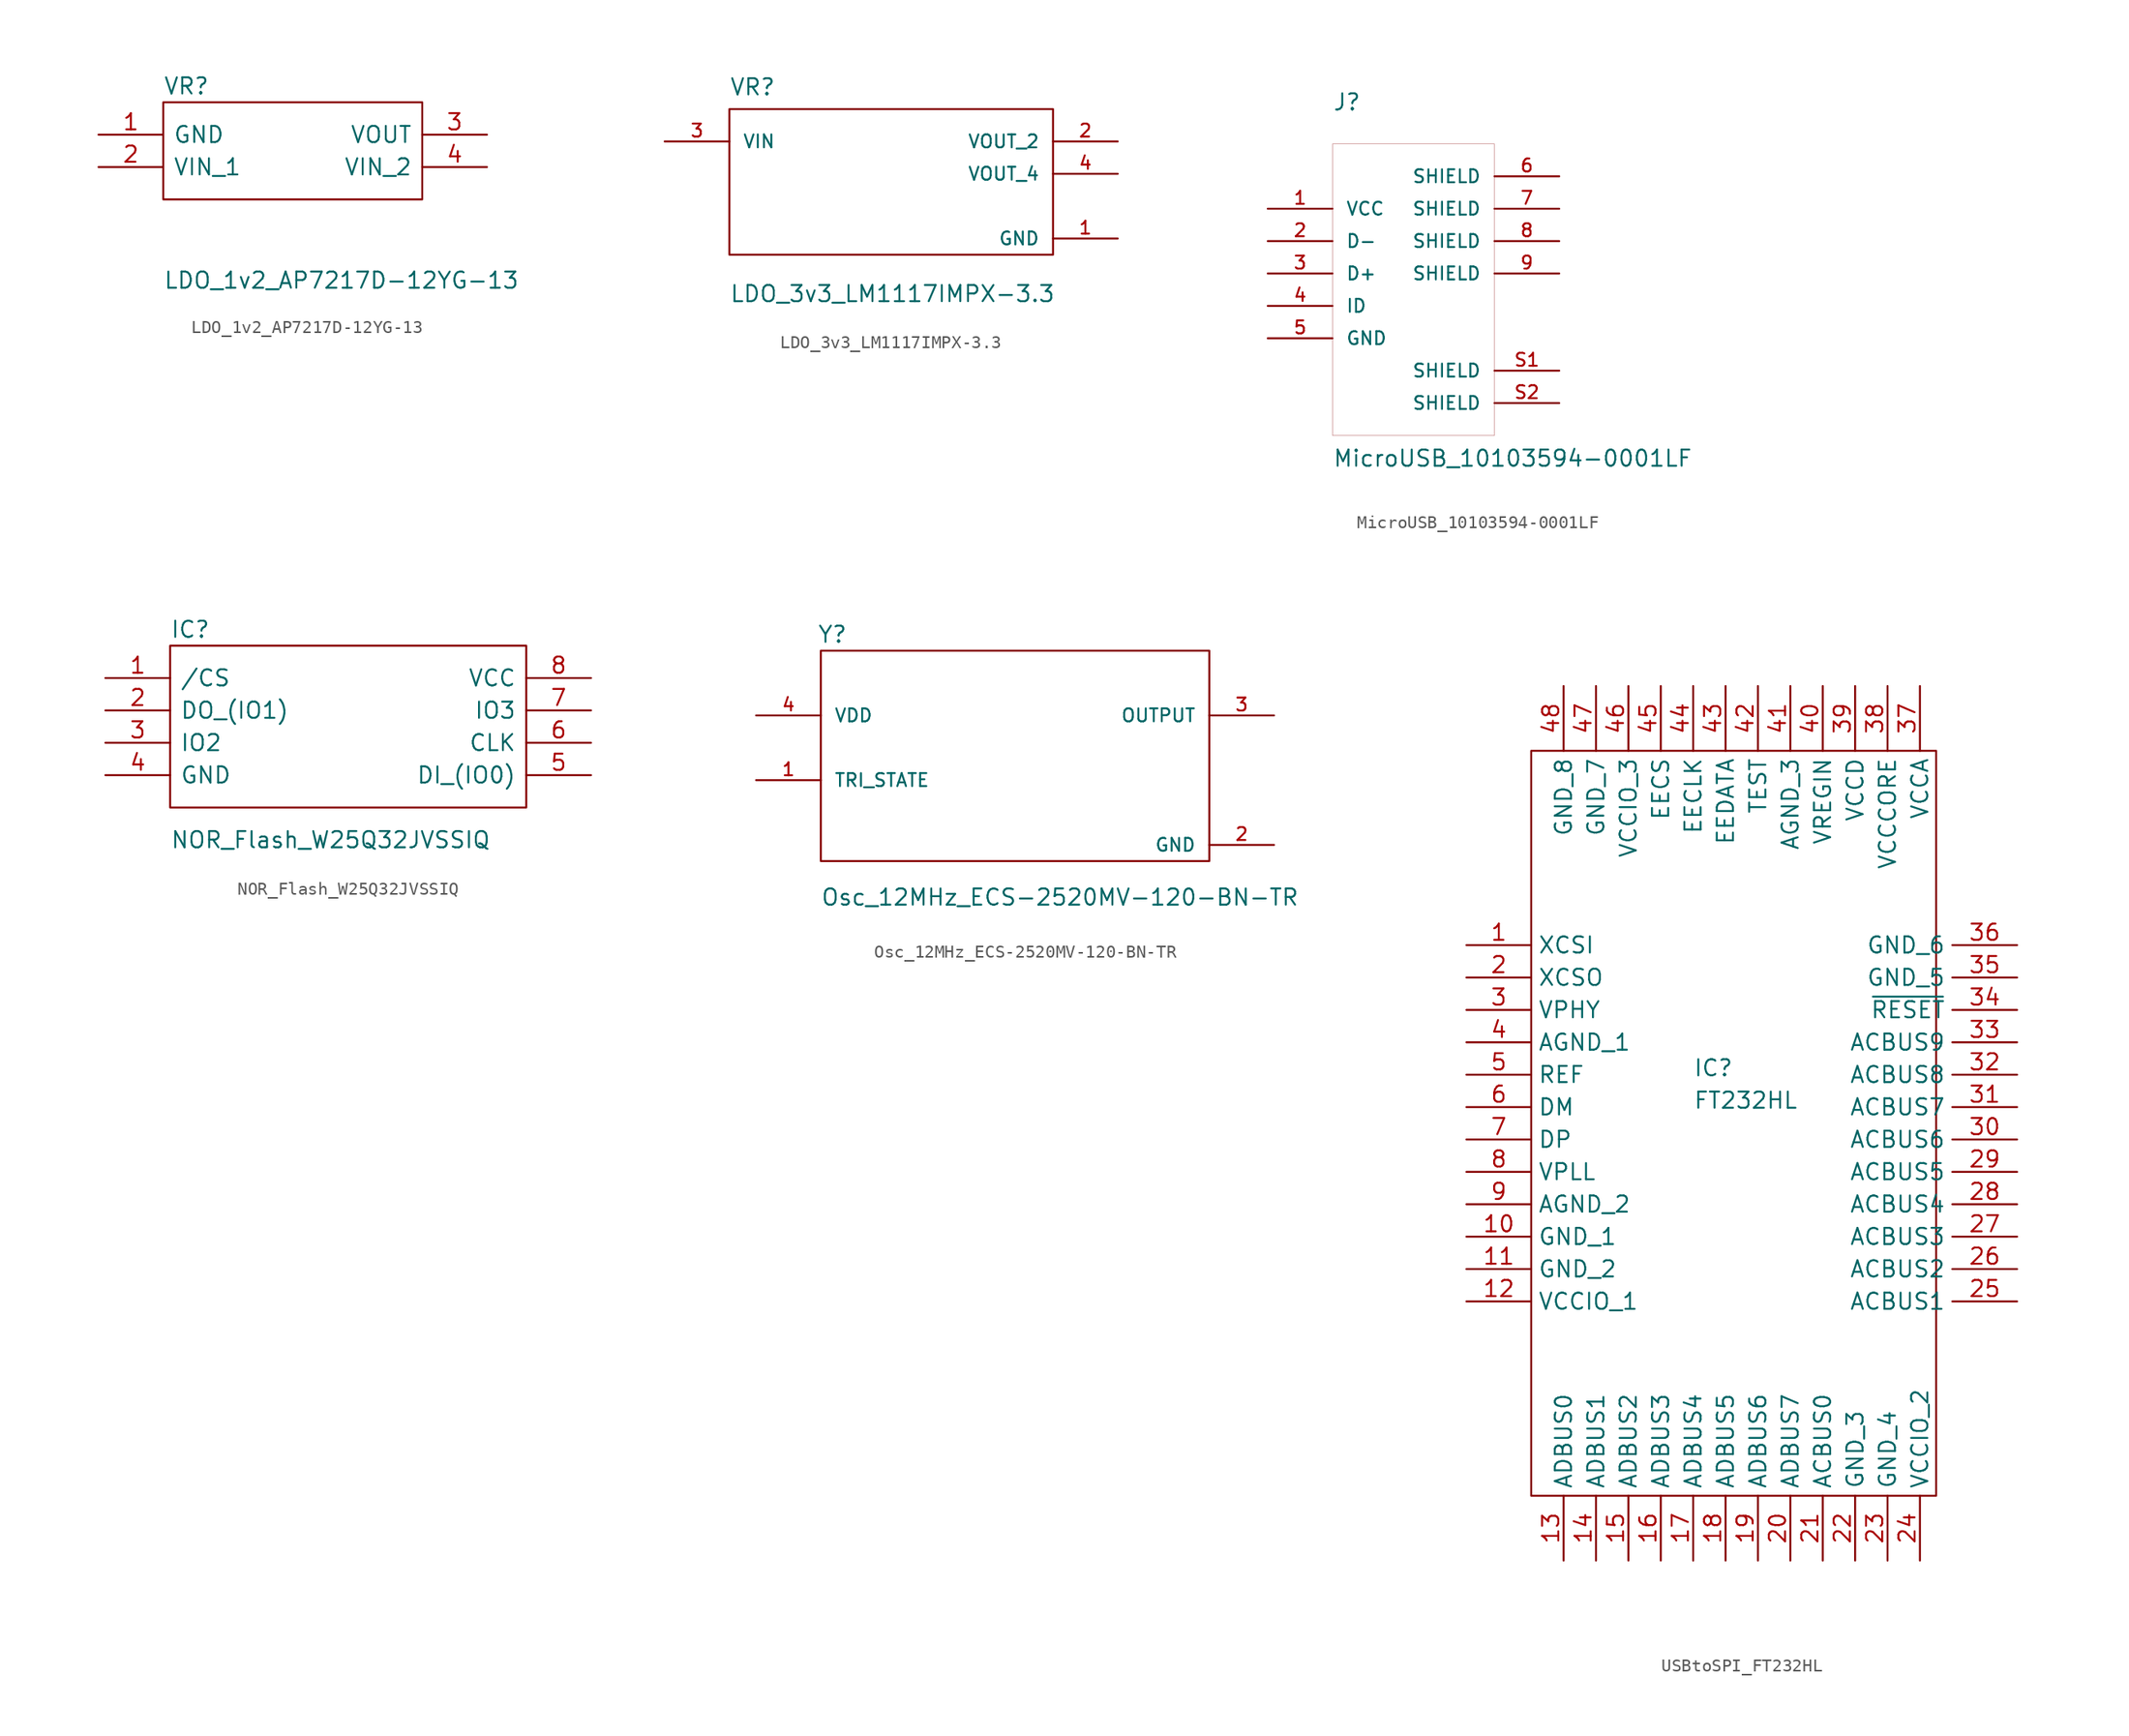
<source format=kicad_sym>
(kicad_symbol_lib
  (version 20220914)
  (generator kicad_symbol_editor)
  (symbol "LDO_1v2_AP7217D-12YG-13"
    (pin_names
      (offset 0.762))
    (property "Reference" "VR"
      (at 0 1.27 0)
      (effects (font (size 1.27 1.27)) (justify left)))
    (property "Value" "LDO_1v2_AP7217D-12YG-13"
      (at 0 -13.97 0)
      (effects (font (size 1.27 1.27)) (justify left)))
    (symbol "LDO_1v2_AP7217D-12YG-13_0_0"
      (pin passive line (at -5.08 -2.54 0) (length 5.08) (name "GND" (effects (font (size 1.27 1.27)))) (number "1" (effects (font (size 1.27 1.27)))))
      (pin passive line (at -5.08 -5.08 0) (length 5.08) (name "VIN_1" (effects (font (size 1.27 1.27)))) (number "2" (effects (font (size 1.27 1.27)))))
      (pin passive line (at 25.4 -2.54 180) (length 5.08) (name "VOUT" (effects (font (size 1.27 1.27)))) (number "3" (effects (font (size 1.27 1.27)))))
      (pin passive line (at 25.4 -5.08 180) (length 5.08) (name "VIN_2" (effects (font (size 1.27 1.27)))) (number "4" (effects (font (size 1.27 1.27))))))
    (symbol "LDO_1v2_AP7217D-12YG-13_0_1"
      (polyline (pts (xy 0 0) (xy 20.32 0) (xy 20.32 -7.62) (xy 0 -7.62) (xy 0 0)) (stroke (width 0.152) (type default)) (fill (type none)))))
  (symbol "LDO_3v3_LM1117IMPX-3.3"
    (pin_names
      (offset 1.016))
    (property "Reference" "VR"
      (at 0 0.991 0)
      (effects (font (size 1.27 1.27)) (justify left bottom)))
    (property "Value" "LDO_3v3_LM1117IMPX-3.3"
      (at 0 -15.24 0)
      (effects (font (size 1.27 1.27)) (justify left bottom)))
    (symbol "LDO_3v3_LM1117IMPX-3.3_0_0"
      (pin power_in line (at 30.48 -10.16 180) (length 5.08) (name "GND" (effects (font (size 1.016 1.016)))) (number "1" (effects (font (size 1.016 1.016)))))
      (pin output line (at 30.48 -2.54 180) (length 5.08) (name "VOUT_2" (effects (font (size 1.016 1.016)))) (number "2" (effects (font (size 1.016 1.016)))))
      (pin input line (at -5.08 -2.54 0) (length 5.08) (name "VIN" (effects (font (size 1.016 1.016)))) (number "3" (effects (font (size 1.016 1.016)))))
      (pin output line (at 30.48 -5.08 180) (length 5.08) (name "VOUT_4" (effects (font (size 1.016 1.016)))) (number "4" (effects (font (size 1.016 1.016))))))
    (symbol "LDO_3v3_LM1117IMPX-3.3_0_1"
      (rectangle (start 0 0) (end 25.4 -11.43) (stroke (width 0.152) (type default)) (fill (type none)))))
  (symbol "MicroUSB_10103594-0001LF"
    (pin_names
      (offset 1.016))
    (property "Reference" "J"
      (at 0 2.54 0)
      (effects (font (size 1.27 1.27)) (justify left bottom)))
    (property "Value" "MicroUSB_10103594-0001LF"
      (at 0 -25.4 0)
      (effects (font (size 1.27 1.27)) (justify left bottom)))
    (property "ki_locked" ""
      (at 0 0 0)
      (effects (font (size 1.27 1.27))))
    (symbol "MicroUSB_10103594-0001LF_0_0"
      (pin power_in line (at -5.08 -5.08 0) (length 5.08) (name "VCC" (effects (font (size 1.016 1.016)))) (number "1" (effects (font (size 1.016 1.016)))))
      (pin bidirectional line (at -5.08 -7.62 0) (length 5.08) (name "D-" (effects (font (size 1.016 1.016)))) (number "2" (effects (font (size 1.016 1.016)))))
      (pin bidirectional line (at -5.08 -10.16 0) (length 5.08) (name "D+" (effects (font (size 1.016 1.016)))) (number "3" (effects (font (size 1.016 1.016)))))
      (pin bidirectional line (at -5.08 -12.7 0) (length 5.08) (name "ID" (effects (font (size 1.016 1.016)))) (number "4" (effects (font (size 1.016 1.016)))))
      (pin power_in line (at -5.08 -15.24 0) (length 5.08) (name "GND" (effects (font (size 1.016 1.016)))) (number "5" (effects (font (size 1.016 1.016)))))
      (pin passive line (at 17.78 -2.54 180) (length 5.08) (name "SHIELD" (effects (font (size 1.016 1.016)))) (number "6" (effects (font (size 1.016 1.016)))))
      (pin passive line (at 17.78 -5.08 180) (length 5.08) (name "SHIELD" (effects (font (size 1.016 1.016)))) (number "7" (effects (font (size 1.016 1.016)))))
      (pin passive line (at 17.78 -7.62 180) (length 5.08) (name "SHIELD" (effects (font (size 1.016 1.016)))) (number "8" (effects (font (size 1.016 1.016)))))
      (pin passive line (at 17.78 -10.16 180) (length 5.08) (name "SHIELD" (effects (font (size 1.016 1.016)))) (number "9" (effects (font (size 1.016 1.016)))))
      (pin passive line (at 17.78 -17.78 180) (length 5.08) (name "SHIELD" (effects (font (size 1.016 1.016)))) (number "S1" (effects (font (size 1.016 1.016)))))
      (pin passive line (at 17.78 -20.32 180) (length 5.08) (name "SHIELD" (effects (font (size 1.016 1.016)))) (number "S2" (effects (font (size 1.016 1.016))))))
    (symbol "MicroUSB_10103594-0001LF_1_1"
      (rectangle (start 0 0) (end 12.7 -22.86) (stroke (width 0.001) (type default)) (fill (type none)))))
  (symbol "NOR_Flash_W25Q32JVSSIQ"
    (pin_names
      (offset 0.762))
    (property "Reference" "IC"
      (at 0 1.27 0)
      (effects (font (size 1.27 1.27)) (justify left)))
    (property "Value" "NOR_Flash_W25Q32JVSSIQ"
      (at 0 -15.24 0)
      (effects (font (size 1.27 1.27)) (justify left)))
    (symbol "NOR_Flash_W25Q32JVSSIQ_0_0"
      (pin passive line (at -5.08 -2.54 0) (length 5.08) (name "/CS" (effects (font (size 1.27 1.27)))) (number "1" (effects (font (size 1.27 1.27)))))
      (pin passive line (at -5.08 -5.08 0) (length 5.08) (name "DO_(IO1)" (effects (font (size 1.27 1.27)))) (number "2" (effects (font (size 1.27 1.27)))))
      (pin passive line (at -5.08 -7.62 0) (length 5.08) (name "IO2" (effects (font (size 1.27 1.27)))) (number "3" (effects (font (size 1.27 1.27)))))
      (pin passive line (at -5.08 -10.16 0) (length 5.08) (name "GND" (effects (font (size 1.27 1.27)))) (number "4" (effects (font (size 1.27 1.27)))))
      (pin passive line (at 33.02 -10.16 180) (length 5.08) (name "DI_(IO0)" (effects (font (size 1.27 1.27)))) (number "5" (effects (font (size 1.27 1.27)))))
      (pin passive line (at 33.02 -7.62 180) (length 5.08) (name "CLK" (effects (font (size 1.27 1.27)))) (number "6" (effects (font (size 1.27 1.27)))))
      (pin passive line (at 33.02 -5.08 180) (length 5.08) (name "IO3" (effects (font (size 1.27 1.27)))) (number "7" (effects (font (size 1.27 1.27)))))
      (pin passive line (at 33.02 -2.54 180) (length 5.08) (name "VCC" (effects (font (size 1.27 1.27)))) (number "8" (effects (font (size 1.27 1.27))))))
    (symbol "NOR_Flash_W25Q32JVSSIQ_0_1"
      (polyline (pts (xy 0 0) (xy 27.94 0) (xy 27.94 -12.7) (xy 0 -12.7) (xy 0 0)) (stroke (width 0.152) (type default)) (fill (type none)))))
  (symbol "Osc_12MHz_ECS-2520MV-120-BN-TR"
    (pin_names
      (offset 1.016))
    (property "Reference" "Y"
      (at -0.279 0.533 0)
      (effects (font (size 1.27 1.27)) (justify left bottom)))
    (property "Value" "Osc_12MHz_ECS-2520MV-120-BN-TR"
      (at -0.025 -20.091 0)
      (effects (font (size 1.27 1.27)) (justify left bottom)))
    (symbol "Osc_12MHz_ECS-2520MV-120-BN-TR_0_0"
      (pin input line (at -5.08 -10.16 0) (length 5.08) (name "TRI_STATE" (effects (font (size 1.016 1.016)))) (number "1" (effects (font (size 1.016 1.016)))))
      (pin power_in line (at 35.56 -15.24 180) (length 5.08) (name "GND" (effects (font (size 1.016 1.016)))) (number "2" (effects (font (size 1.016 1.016)))))
      (pin output line (at 35.56 -5.08 180) (length 5.08) (name "OUTPUT" (effects (font (size 1.016 1.016)))) (number "3" (effects (font (size 1.016 1.016)))))
      (pin input line (at -5.08 -5.08 0) (length 5.08) (name "VDD" (effects (font (size 1.016 1.016)))) (number "4" (effects (font (size 1.016 1.016))))))
    (symbol "Osc_12MHz_ECS-2520MV-120-BN-TR_1_1"
      (rectangle (start 0 0) (end 30.48 -16.51) (stroke (width 0.152) (type default)) (fill (type none)))))
  (symbol "USBtoSPI_FT232HL"
    (property "Reference" "IC"
      (at 12.7 -24.13 0)
      (effects (font (size 1.27 1.27)) (justify left top)))
    (property "Value" "FT232HL"
      (at 12.7 -26.67 0)
      (effects (font (size 1.27 1.27)) (justify left top)))
    (symbol "USBtoSPI_FT232HL_0_1"
      (rectangle (start 0 0) (end 31.75 -58.42) (stroke (width 0) (type default)) (fill (type none))))
    (symbol "USBtoSPI_FT232HL_1_1"
      (pin passive line (at -5.08 -15.24 0) (length 5.08) (name "XCSI" (effects (font (size 1.27 1.27)))) (number "1" (effects (font (size 1.27 1.27)))))
      (pin passive line (at -5.08 -38.1 0) (length 5.08) (name "GND_1" (effects (font (size 1.27 1.27)))) (number "10" (effects (font (size 1.27 1.27)))))
      (pin passive line (at -5.08 -40.64 0) (length 5.08) (name "GND_2" (effects (font (size 1.27 1.27)))) (number "11" (effects (font (size 1.27 1.27)))))
      (pin passive line (at -5.08 -43.18 0) (length 5.08) (name "VCCIO_1" (effects (font (size 1.27 1.27)))) (number "12" (effects (font (size 1.27 1.27)))))
      (pin passive line (at 2.54 -63.5 90) (length 5.08) (name "ADBUS0" (effects (font (size 1.27 1.27)))) (number "13" (effects (font (size 1.27 1.27)))))
      (pin passive line (at 5.08 -63.5 90) (length 5.08) (name "ADBUS1" (effects (font (size 1.27 1.27)))) (number "14" (effects (font (size 1.27 1.27)))))
      (pin passive line (at 7.62 -63.5 90) (length 5.08) (name "ADBUS2" (effects (font (size 1.27 1.27)))) (number "15" (effects (font (size 1.27 1.27)))))
      (pin passive line (at 10.16 -63.5 90) (length 5.08) (name "ADBUS3" (effects (font (size 1.27 1.27)))) (number "16" (effects (font (size 1.27 1.27)))))
      (pin passive line (at 12.7 -63.5 90) (length 5.08) (name "ADBUS4" (effects (font (size 1.27 1.27)))) (number "17" (effects (font (size 1.27 1.27)))))
      (pin passive line (at 15.24 -63.5 90) (length 5.08) (name "ADBUS5" (effects (font (size 1.27 1.27)))) (number "18" (effects (font (size 1.27 1.27)))))
      (pin passive line (at 17.78 -63.5 90) (length 5.08) (name "ADBUS6" (effects (font (size 1.27 1.27)))) (number "19" (effects (font (size 1.27 1.27)))))
      (pin passive line (at -5.08 -17.78 0) (length 5.08) (name "XCSO" (effects (font (size 1.27 1.27)))) (number "2" (effects (font (size 1.27 1.27)))))
      (pin passive line (at 20.32 -63.5 90) (length 5.08) (name "ADBUS7" (effects (font (size 1.27 1.27)))) (number "20" (effects (font (size 1.27 1.27)))))
      (pin passive line (at 22.86 -63.5 90) (length 5.08) (name "ACBUS0" (effects (font (size 1.27 1.27)))) (number "21" (effects (font (size 1.27 1.27)))))
      (pin passive line (at 25.4 -63.5 90) (length 5.08) (name "GND_3" (effects (font (size 1.27 1.27)))) (number "22" (effects (font (size 1.27 1.27)))))
      (pin passive line (at 27.94 -63.5 90) (length 5.08) (name "GND_4" (effects (font (size 1.27 1.27)))) (number "23" (effects (font (size 1.27 1.27)))))
      (pin passive line (at 30.48 -63.5 90) (length 5.08) (name "VCCIO_2" (effects (font (size 1.27 1.27)))) (number "24" (effects (font (size 1.27 1.27)))))
      (pin passive line (at 38.1 -43.18 180) (length 5.08) (name "ACBUS1" (effects (font (size 1.27 1.27)))) (number "25" (effects (font (size 1.27 1.27)))))
      (pin passive line (at 38.1 -40.64 180) (length 5.08) (name "ACBUS2" (effects (font (size 1.27 1.27)))) (number "26" (effects (font (size 1.27 1.27)))))
      (pin passive line (at 38.1 -38.1 180) (length 5.08) (name "ACBUS3" (effects (font (size 1.27 1.27)))) (number "27" (effects (font (size 1.27 1.27)))))
      (pin passive line (at 38.1 -35.56 180) (length 5.08) (name "ACBUS4" (effects (font (size 1.27 1.27)))) (number "28" (effects (font (size 1.27 1.27)))))
      (pin passive line (at 38.1 -33.02 180) (length 5.08) (name "ACBUS5" (effects (font (size 1.27 1.27)))) (number "29" (effects (font (size 1.27 1.27)))))
      (pin passive line (at -5.08 -20.32 0) (length 5.08) (name "VPHY" (effects (font (size 1.27 1.27)))) (number "3" (effects (font (size 1.27 1.27)))))
      (pin passive line (at 38.1 -30.48 180) (length 5.08) (name "ACBUS6" (effects (font (size 1.27 1.27)))) (number "30" (effects (font (size 1.27 1.27)))))
      (pin passive line (at 38.1 -27.94 180) (length 5.08) (name "ACBUS7" (effects (font (size 1.27 1.27)))) (number "31" (effects (font (size 1.27 1.27)))))
      (pin passive line (at 38.1 -25.4 180) (length 5.08) (name "ACBUS8" (effects (font (size 1.27 1.27)))) (number "32" (effects (font (size 1.27 1.27)))))
      (pin passive line (at 38.1 -22.86 180) (length 5.08) (name "ACBUS9" (effects (font (size 1.27 1.27)))) (number "33" (effects (font (size 1.27 1.27)))))
      (pin passive line (at 38.1 -20.32 180) (length 5.08) (name "~{RESET}" (effects (font (size 1.27 1.27)))) (number "34" (effects (font (size 1.27 1.27)))))
      (pin passive line (at 38.1 -17.78 180) (length 5.08) (name "GND_5" (effects (font (size 1.27 1.27)))) (number "35" (effects (font (size 1.27 1.27)))))
      (pin passive line (at 38.1 -15.24 180) (length 5.08) (name "GND_6" (effects (font (size 1.27 1.27)))) (number "36" (effects (font (size 1.27 1.27)))))
      (pin passive line (at 30.48 5.08 270) (length 5.08) (name "VCCA" (effects (font (size 1.27 1.27)))) (number "37" (effects (font (size 1.27 1.27)))))
      (pin passive line (at 27.94 5.08 270) (length 5.08) (name "VCCCORE" (effects (font (size 1.27 1.27)))) (number "38" (effects (font (size 1.27 1.27)))))
      (pin passive line (at 25.4 5.08 270) (length 5.08) (name "VCCD" (effects (font (size 1.27 1.27)))) (number "39" (effects (font (size 1.27 1.27)))))
      (pin passive line (at -5.08 -22.86 0) (length 5.08) (name "AGND_1" (effects (font (size 1.27 1.27)))) (number "4" (effects (font (size 1.27 1.27)))))
      (pin passive line (at 22.86 5.08 270) (length 5.08) (name "VREGIN" (effects (font (size 1.27 1.27)))) (number "40" (effects (font (size 1.27 1.27)))))
      (pin passive line (at 20.32 5.08 270) (length 5.08) (name "AGND_3" (effects (font (size 1.27 1.27)))) (number "41" (effects (font (size 1.27 1.27)))))
      (pin passive line (at 17.78 5.08 270) (length 5.08) (name "TEST" (effects (font (size 1.27 1.27)))) (number "42" (effects (font (size 1.27 1.27)))))
      (pin passive line (at 15.24 5.08 270) (length 5.08) (name "EEDATA" (effects (font (size 1.27 1.27)))) (number "43" (effects (font (size 1.27 1.27)))))
      (pin passive line (at 12.7 5.08 270) (length 5.08) (name "EECLK" (effects (font (size 1.27 1.27)))) (number "44" (effects (font (size 1.27 1.27)))))
      (pin passive line (at 10.16 5.08 270) (length 5.08) (name "EECS" (effects (font (size 1.27 1.27)))) (number "45" (effects (font (size 1.27 1.27)))))
      (pin passive line (at 7.62 5.08 270) (length 5.08) (name "VCCIO_3" (effects (font (size 1.27 1.27)))) (number "46" (effects (font (size 1.27 1.27)))))
      (pin passive line (at 5.08 5.08 270) (length 5.08) (name "GND_7" (effects (font (size 1.27 1.27)))) (number "47" (effects (font (size 1.27 1.27)))))
      (pin passive line (at 2.54 5.08 270) (length 5.08) (name "GND_8" (effects (font (size 1.27 1.27)))) (number "48" (effects (font (size 1.27 1.27)))))
      (pin passive line (at -5.08 -25.4 0) (length 5.08) (name "REF" (effects (font (size 1.27 1.27)))) (number "5" (effects (font (size 1.27 1.27)))))
      (pin passive line (at -5.08 -27.94 0) (length 5.08) (name "DM" (effects (font (size 1.27 1.27)))) (number "6" (effects (font (size 1.27 1.27)))))
      (pin passive line (at -5.08 -30.48 0) (length 5.08) (name "DP" (effects (font (size 1.27 1.27)))) (number "7" (effects (font (size 1.27 1.27)))))
      (pin passive line (at -5.08 -33.02 0) (length 5.08) (name "VPLL" (effects (font (size 1.27 1.27)))) (number "8" (effects (font (size 1.27 1.27)))))
      (pin passive line (at -5.08 -35.56 0) (length 5.08) (name "AGND_2" (effects (font (size 1.27 1.27)))) (number "9" (effects (font (size 1.27 1.27))))))))
</source>
